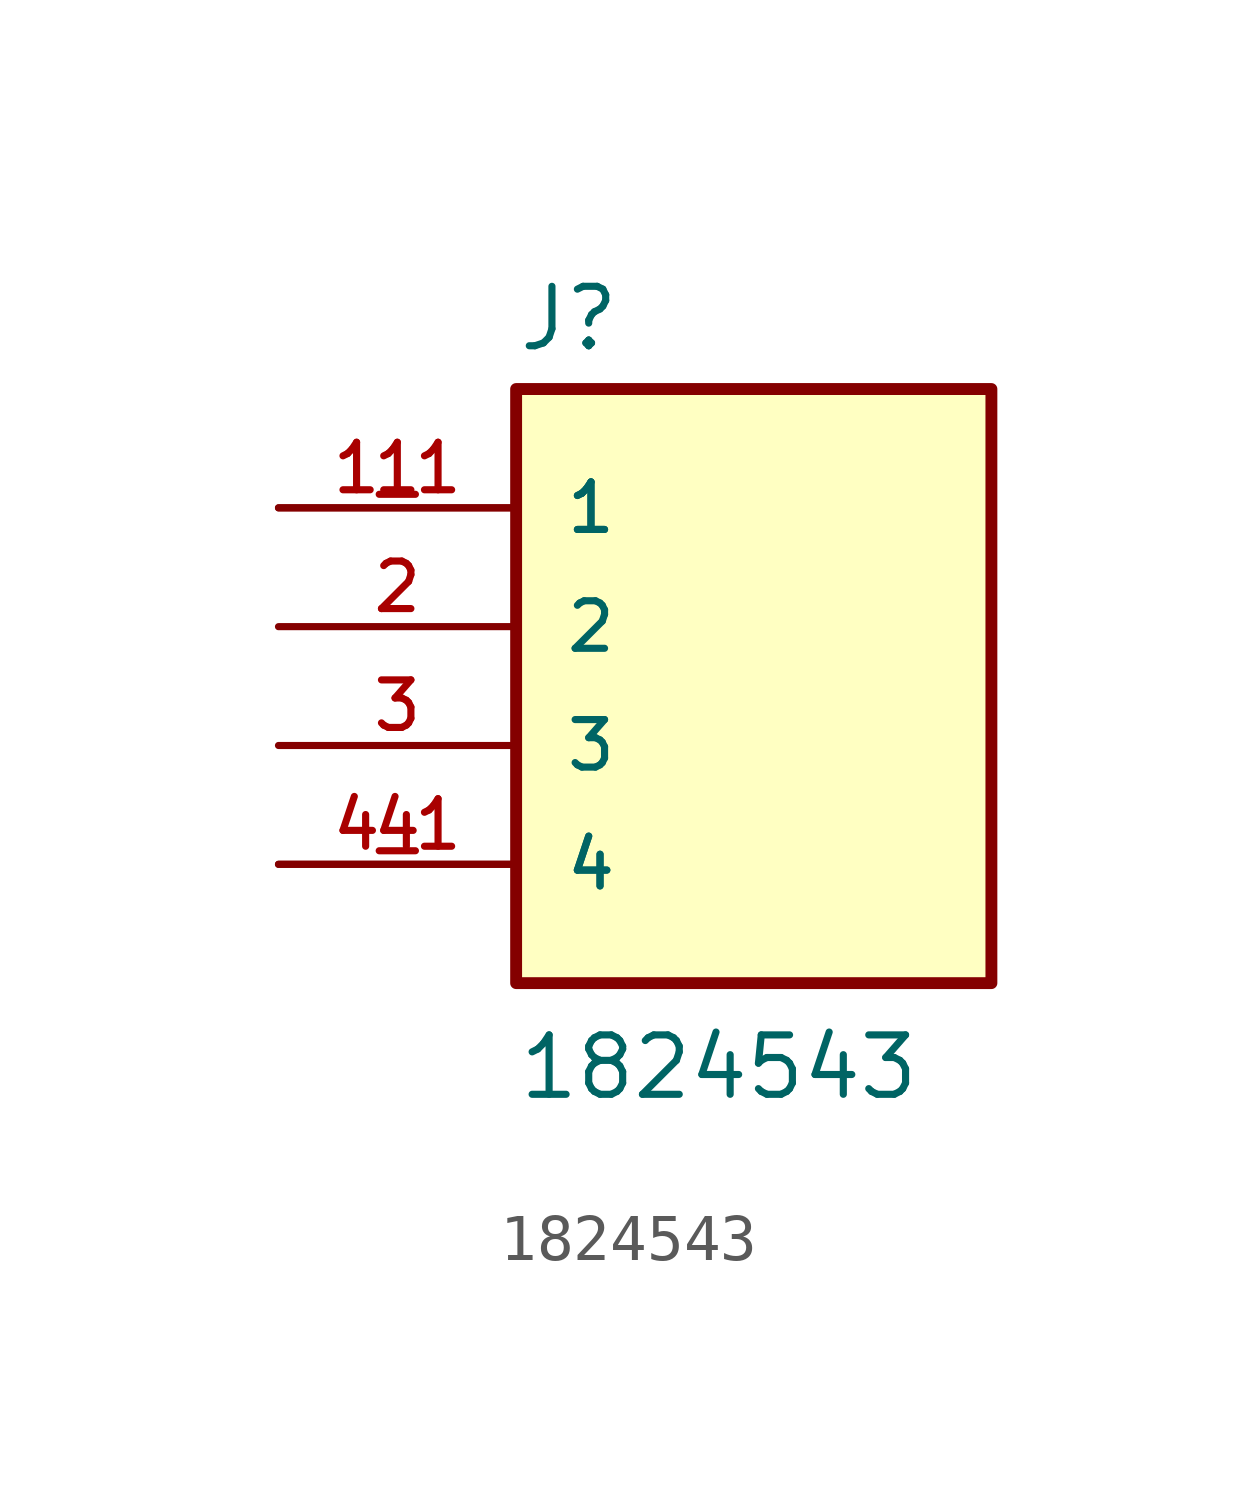
<source format=kicad_sym>
(kicad_symbol_lib
  (version 20211014)
  (generator kicad_symbol_editor)
  (symbol "1824543"
    (pin_names
      (offset 1.016))
    (property "Reference" "J"
      (at -5.08 5.842 0)
      (effects (font (size 1.27 1.27)) (justify bottom left)))
    (property "Value" "1824543"
      (at -5.08 -10.16 0)
      (effects (font (size 1.27 1.27)) (justify bottom left)))
    (symbol "1824543_0_0"
      (rectangle (start -5.08 -7.62) (end 5.08 5.08) (stroke (width 0.254)) (fill (type background)))
      (pin passive line (at -10.16 2.54 0) (length 5.08) (name "1" (effects (font (size 1.016 1.016)))) (number "1" (effects (font (size 1.016 1.016)))))
      (pin passive line (at -10.16 2.54 0) (length 5.08) (name "1" (effects (font (size 1.016 1.016)))) (number "1_1" (effects (font (size 1.016 1.016)))))
      (pin passive line (at -10.16 0.0 0) (length 5.08) (name "2" (effects (font (size 1.016 1.016)))) (number "2" (effects (font (size 1.016 1.016)))))
      (pin passive line (at -10.16 -2.54 0) (length 5.08) (name "3" (effects (font (size 1.016 1.016)))) (number "3" (effects (font (size 1.016 1.016)))))
      (pin passive line (at -10.16 -5.08 0) (length 5.08) (name "4" (effects (font (size 1.016 1.016)))) (number "4" (effects (font (size 1.016 1.016)))))
      (pin passive line (at -10.16 -5.08 0) (length 5.08) (name "4" (effects (font (size 1.016 1.016)))) (number "4_1" (effects (font (size 1.016 1.016))))))))
</source>
